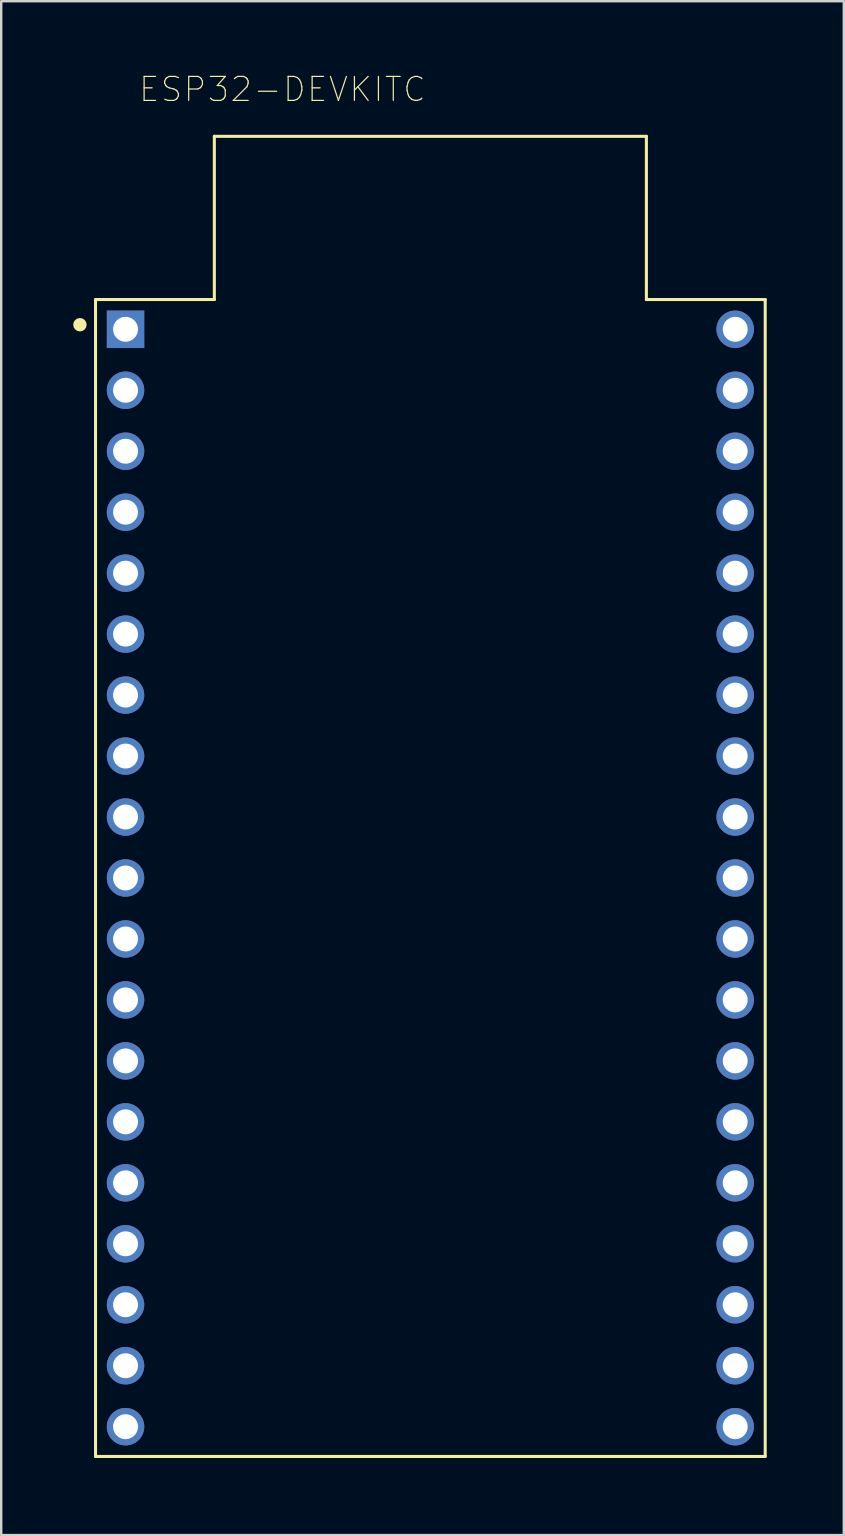
<source format=kicad_pcb>
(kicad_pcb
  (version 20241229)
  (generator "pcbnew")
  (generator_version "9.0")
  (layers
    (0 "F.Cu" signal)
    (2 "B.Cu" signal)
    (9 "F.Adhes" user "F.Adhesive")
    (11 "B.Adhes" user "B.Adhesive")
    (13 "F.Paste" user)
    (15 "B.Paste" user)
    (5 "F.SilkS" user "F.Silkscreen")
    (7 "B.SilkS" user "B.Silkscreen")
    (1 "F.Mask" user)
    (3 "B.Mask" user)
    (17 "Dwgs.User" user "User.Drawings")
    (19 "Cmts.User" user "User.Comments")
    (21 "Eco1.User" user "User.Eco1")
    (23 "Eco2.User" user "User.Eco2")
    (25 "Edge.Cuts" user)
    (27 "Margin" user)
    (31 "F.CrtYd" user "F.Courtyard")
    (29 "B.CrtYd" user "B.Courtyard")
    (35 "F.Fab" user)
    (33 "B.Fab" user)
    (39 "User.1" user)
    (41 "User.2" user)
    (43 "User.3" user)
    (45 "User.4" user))
  (footprint "ESP32-DEVKITC"
    (layer "F.Cu")
    (at 14.88 30.129)
    (property "Reference" "ESP32-DEVKITC" (at -6.164 -29.456 0) (layer "F.SilkS") (effects (font (size 1 1) (thickness 0.05))))
    (attr through_hole)
    (fp_line (start -13.95 -20.7) (end -9 -20.7) (stroke (width 0.127) (type solid)) (layer "F.SilkS"))
    (fp_line (start -13.95 27.5) (end -13.95 -20.7) (stroke (width 0.127) (type solid)) (layer "F.SilkS"))
    (fp_line (start -9 -27.5) (end -9 -20.7) (stroke (width 0.127) (type solid)) (layer "F.SilkS"))
    (fp_line (start -9 -27.5) (end 9 -27.5) (stroke (width 0.127) (type solid)) (layer "F.SilkS"))
    (fp_line (start 9 -27.5) (end 9 -20.7) (stroke (width 0.127) (type solid)) (layer "F.SilkS"))
    (fp_line (start 13.95 -20.7) (end 9 -20.7) (stroke (width 0.127) (type solid)) (layer "F.SilkS"))
    (fp_line (start 13.95 -20.7) (end 13.95 27.5) (stroke (width 0.127) (type solid)) (layer "F.SilkS"))
    (fp_line (start 13.95 27.5) (end -13.95 27.5) (stroke (width 0.127) (type solid)) (layer "F.SilkS"))
    (fp_circle (center -14.6 -19.65) (end -14.46 -19.65) (stroke (width 0.28) (type solid)) (fill no) (layer "F.SilkS"))
    (fp_line (start -14.2 -20.95) (end -9.25 -20.95) (stroke (width 0.05) (type solid)) (layer "Eco1.User"))
    (fp_line (start -14.2 27.75) (end -14.2 -20.95) (stroke (width 0.05) (type solid)) (layer "Eco1.User"))
    (fp_line (start -9.25 -27.75) (end 9.25 -27.75) (stroke (width 0.05) (type solid)) (layer "Eco1.User"))
    (fp_line (start -9.25 -20.95) (end -9.25 -27.75) (stroke (width 0.05) (type solid)) (layer "Eco1.User"))
    (fp_line (start 9.25 -27.75) (end 9.25 -20.95) (stroke (width 0.05) (type solid)) (layer "Eco1.User"))
    (fp_line (start 9.25 -20.95) (end 14.2 -20.95) (stroke (width 0.05) (type solid)) (layer "Eco1.User"))
    (fp_line (start 14.2 -20.95) (end 14.2 27.75) (stroke (width 0.05) (type solid)) (layer "Eco1.User"))
    (fp_line (start 14.2 27.75) (end -14.2 27.75) (stroke (width 0.05) (type solid)) (layer "Eco1.User"))
    (fp_poly (pts (xy -8.93 -27.43) (xy 8.93 -27.43) (xy 8.93 -20.76) (xy -8.93 -20.76)) (stroke (width 0.1) (type solid)) (fill no) (layer "Eco1.User"))
    (fp_line (start -13.95 -20.7) (end -9 -20.7) (stroke (width 0.127) (type solid)) (layer "Eco2.User"))
    (fp_line (start -13.95 27.5) (end -13.95 -20.7) (stroke (width 0.127) (type solid)) (layer "Eco2.User"))
    (fp_line (start -9 -27.5) (end -9 -20.7) (stroke (width 0.127) (type solid)) (layer "Eco2.User"))
    (fp_line (start -9 -27.5) (end 9 -27.5) (stroke (width 0.127) (type solid)) (layer "Eco2.User"))
    (fp_line (start 9 -27.5) (end 9 -20.7) (stroke (width 0.127) (type solid)) (layer "Eco2.User"))
    (fp_line (start 13.95 -20.7) (end 9 -20.7) (stroke (width 0.127) (type solid)) (layer "Eco2.User"))
    (fp_line (start 13.95 -20.7) (end 13.95 27.5) (stroke (width 0.127) (type solid)) (layer "Eco2.User"))
    (fp_line (start 13.95 27.5) (end -13.95 27.5) (stroke (width 0.127) (type solid)) (layer "Eco2.User"))
    (fp_circle (center -14.6 -19.65) (end -14.46 -19.65) (stroke (width 0.28) (type solid)) (fill no) (layer "Eco2.User"))
    (pad "1" thru_hole rect (at -12.7 -19.46) (size 1.56 1.56) (drill 1.04) (layers "*.Cu" "*.Mask"))
    (pad "2" thru_hole circle (at -12.7 -16.92) (size 1.56 1.56) (drill 1.04) (layers "*.Cu" "*.Mask"))
    (pad "3" thru_hole circle (at -12.7 -14.38) (size 1.56 1.56) (drill 1.04) (layers "*.Cu" "*.Mask"))
    (pad "4" thru_hole circle (at -12.7 -11.84) (size 1.56 1.56) (drill 1.04) (layers "*.Cu" "*.Mask"))
    (pad "5" thru_hole circle (at -12.7 -9.3) (size 1.56 1.56) (drill 1.04) (layers "*.Cu" "*.Mask"))
    (pad "6" thru_hole circle (at -12.7 -6.76) (size 1.56 1.56) (drill 1.04) (layers "*.Cu" "*.Mask"))
    (pad "7" thru_hole circle (at -12.7 -4.22) (size 1.56 1.56) (drill 1.04) (layers "*.Cu" "*.Mask"))
    (pad "8" thru_hole circle (at -12.7 -1.68) (size 1.56 1.56) (drill 1.04) (layers "*.Cu" "*.Mask"))
    (pad "9" thru_hole circle (at -12.7 0.86) (size 1.56 1.56) (drill 1.04) (layers "*.Cu" "*.Mask"))
    (pad "10" thru_hole circle (at -12.7 3.4) (size 1.56 1.56) (drill 1.04) (layers "*.Cu" "*.Mask"))
    (pad "11" thru_hole circle (at -12.7 5.94) (size 1.56 1.56) (drill 1.04) (layers "*.Cu" "*.Mask"))
    (pad "12" thru_hole circle (at -12.7 8.48) (size 1.56 1.56) (drill 1.04) (layers "*.Cu" "*.Mask"))
    (pad "13" thru_hole circle (at -12.7 11.02) (size 1.56 1.56) (drill 1.04) (layers "*.Cu" "*.Mask"))
    (pad "14" thru_hole circle (at -12.7 13.56) (size 1.56 1.56) (drill 1.04) (layers "*.Cu" "*.Mask"))
    (pad "15" thru_hole circle (at -12.7 16.1) (size 1.56 1.56) (drill 1.04) (layers "*.Cu" "*.Mask"))
    (pad "16" thru_hole circle (at -12.7 18.64) (size 1.56 1.56) (drill 1.04) (layers "*.Cu" "*.Mask"))
    (pad "17" thru_hole circle (at -12.7 21.18) (size 1.56 1.56) (drill 1.04) (layers "*.Cu" "*.Mask"))
    (pad "18" thru_hole circle (at -12.7 23.72) (size 1.56 1.56) (drill 1.04) (layers "*.Cu" "*.Mask"))
    (pad "19" thru_hole circle (at -12.7 26.26) (size 1.56 1.56) (drill 1.04) (layers "*.Cu" "*.Mask"))
    (pad "20" thru_hole circle (at 12.7 26.26 180) (size 1.56 1.56) (drill 1.04) (layers "*.Cu" "*.Mask"))
    (pad "21" thru_hole circle (at 12.7 23.72 180) (size 1.56 1.56) (drill 1.04) (layers "*.Cu" "*.Mask"))
    (pad "22" thru_hole circle (at 12.7 21.18 180) (size 1.56 1.56) (drill 1.04) (layers "*.Cu" "*.Mask"))
    (pad "23" thru_hole circle (at 12.7 18.64 180) (size 1.56 1.56) (drill 1.04) (layers "*.Cu" "*.Mask"))
    (pad "24" thru_hole circle (at 12.7 16.1 180) (size 1.56 1.56) (drill 1.04) (layers "*.Cu" "*.Mask"))
    (pad "25" thru_hole circle (at 12.7 13.56 180) (size 1.56 1.56) (drill 1.04) (layers "*.Cu" "*.Mask"))
    (pad "26" thru_hole circle (at 12.7 11.02 180) (size 1.56 1.56) (drill 1.04) (layers "*.Cu" "*.Mask"))
    (pad "27" thru_hole circle (at 12.7 8.48 180) (size 1.56 1.56) (drill 1.04) (layers "*.Cu" "*.Mask"))
    (pad "28" thru_hole circle (at 12.7 5.94 180) (size 1.56 1.56) (drill 1.04) (layers "*.Cu" "*.Mask"))
    (pad "29" thru_hole circle (at 12.7 3.4 180) (size 1.56 1.56) (drill 1.04) (layers "*.Cu" "*.Mask"))
    (pad "30" thru_hole circle (at 12.7 0.86 180) (size 1.56 1.56) (drill 1.04) (layers "*.Cu" "*.Mask"))
    (pad "31" thru_hole circle (at 12.7 -1.68 180) (size 1.56 1.56) (drill 1.04) (layers "*.Cu" "*.Mask"))
    (pad "32" thru_hole circle (at 12.7 -4.22 180) (size 1.56 1.56) (drill 1.04) (layers "*.Cu" "*.Mask"))
    (pad "33" thru_hole circle (at 12.7 -6.76 180) (size 1.56 1.56) (drill 1.04) (layers "*.Cu" "*.Mask"))
    (pad "34" thru_hole circle (at 12.7 -9.3 180) (size 1.56 1.56) (drill 1.04) (layers "*.Cu" "*.Mask"))
    (pad "35" thru_hole circle (at 12.7 -11.84 180) (size 1.56 1.56) (drill 1.04) (layers "*.Cu" "*.Mask"))
    (pad "36" thru_hole circle (at 12.7 -14.38 180) (size 1.56 1.56) (drill 1.04) (layers "*.Cu" "*.Mask"))
    (pad "37" thru_hole circle (at 12.7 -16.92 180) (size 1.56 1.56) (drill 1.04) (layers "*.Cu" "*.Mask"))
    (pad "38" thru_hole circle (at 12.7 -19.46 180) (size 1.56 1.56) (drill 1.04) (layers "*.Cu" "*.Mask")))
  (gr_rect
    (start -3 -3)
    (end 32.105 60.904)
    (stroke (width 0.1) (type default))
    (fill no)
    (layer "Edge.Cuts")))
</source>
